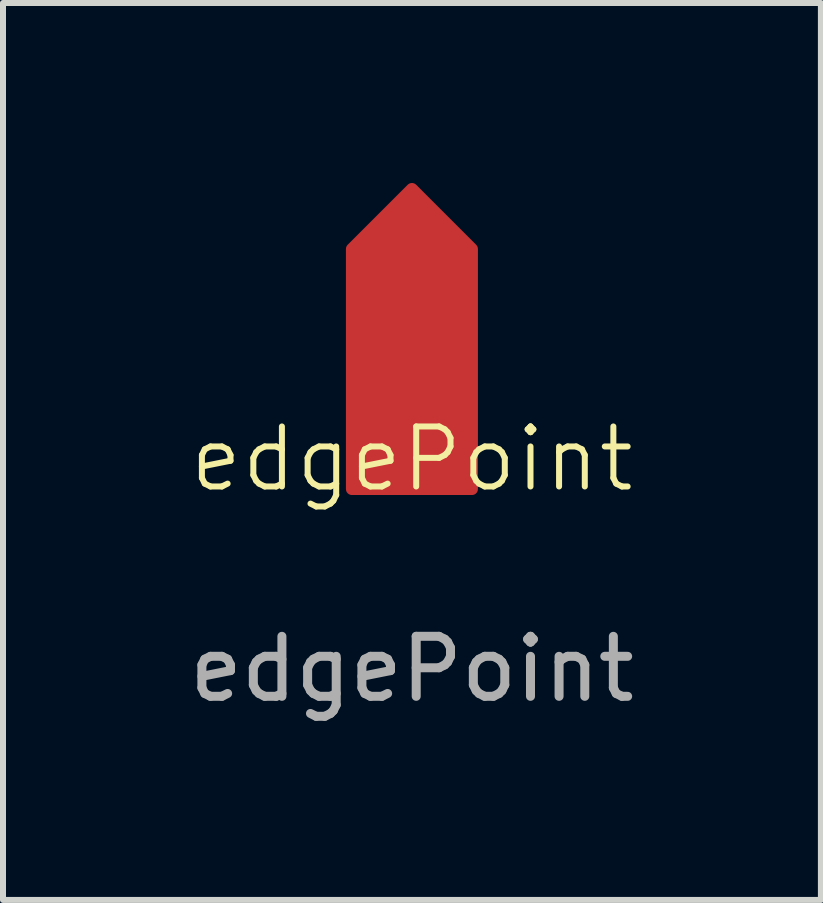
<source format=kicad_pcb>
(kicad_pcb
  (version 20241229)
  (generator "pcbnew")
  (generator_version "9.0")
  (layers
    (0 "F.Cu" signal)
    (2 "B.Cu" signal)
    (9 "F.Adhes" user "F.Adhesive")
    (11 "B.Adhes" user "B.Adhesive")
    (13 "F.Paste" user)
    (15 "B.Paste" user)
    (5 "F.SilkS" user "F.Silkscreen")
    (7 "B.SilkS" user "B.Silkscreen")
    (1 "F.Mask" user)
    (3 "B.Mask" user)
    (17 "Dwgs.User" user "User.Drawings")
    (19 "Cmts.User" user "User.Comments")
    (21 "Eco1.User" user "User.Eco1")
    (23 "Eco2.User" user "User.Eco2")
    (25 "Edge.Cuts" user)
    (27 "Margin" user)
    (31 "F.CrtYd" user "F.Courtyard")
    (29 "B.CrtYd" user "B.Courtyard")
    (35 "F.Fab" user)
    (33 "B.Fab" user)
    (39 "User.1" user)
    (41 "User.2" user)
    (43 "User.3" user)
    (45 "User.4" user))
  (footprint "edgePoint"
    (layer "F.Cu")
    (at 3.815 5.1)
    (property "Reference" "edgePoint" (at 0 -0.5 0) (unlocked yes) (layer "F.SilkS") (effects (font (size 1 1) (thickness 0.1))))
    (attr smd)
    (fp_poly (pts (xy -1 0) (xy 1 0) (xy 1 -4) (xy 0 -5) (xy -1 -4)) (stroke (width 0.2) (type solid)) (fill yes) (layer "F.Cu"))
    (fp_text user "${REFERENCE}" (at 0 3 0) (unlocked yes) (layer "F.Fab") (effects (font (size 1 1) (thickness 0.15)))))
  (gr_rect
    (start -3 -3)
    (end 10.631 11.948)
    (stroke (width 0.1) (type default))
    (fill no)
    (layer "Edge.Cuts")))
</source>
